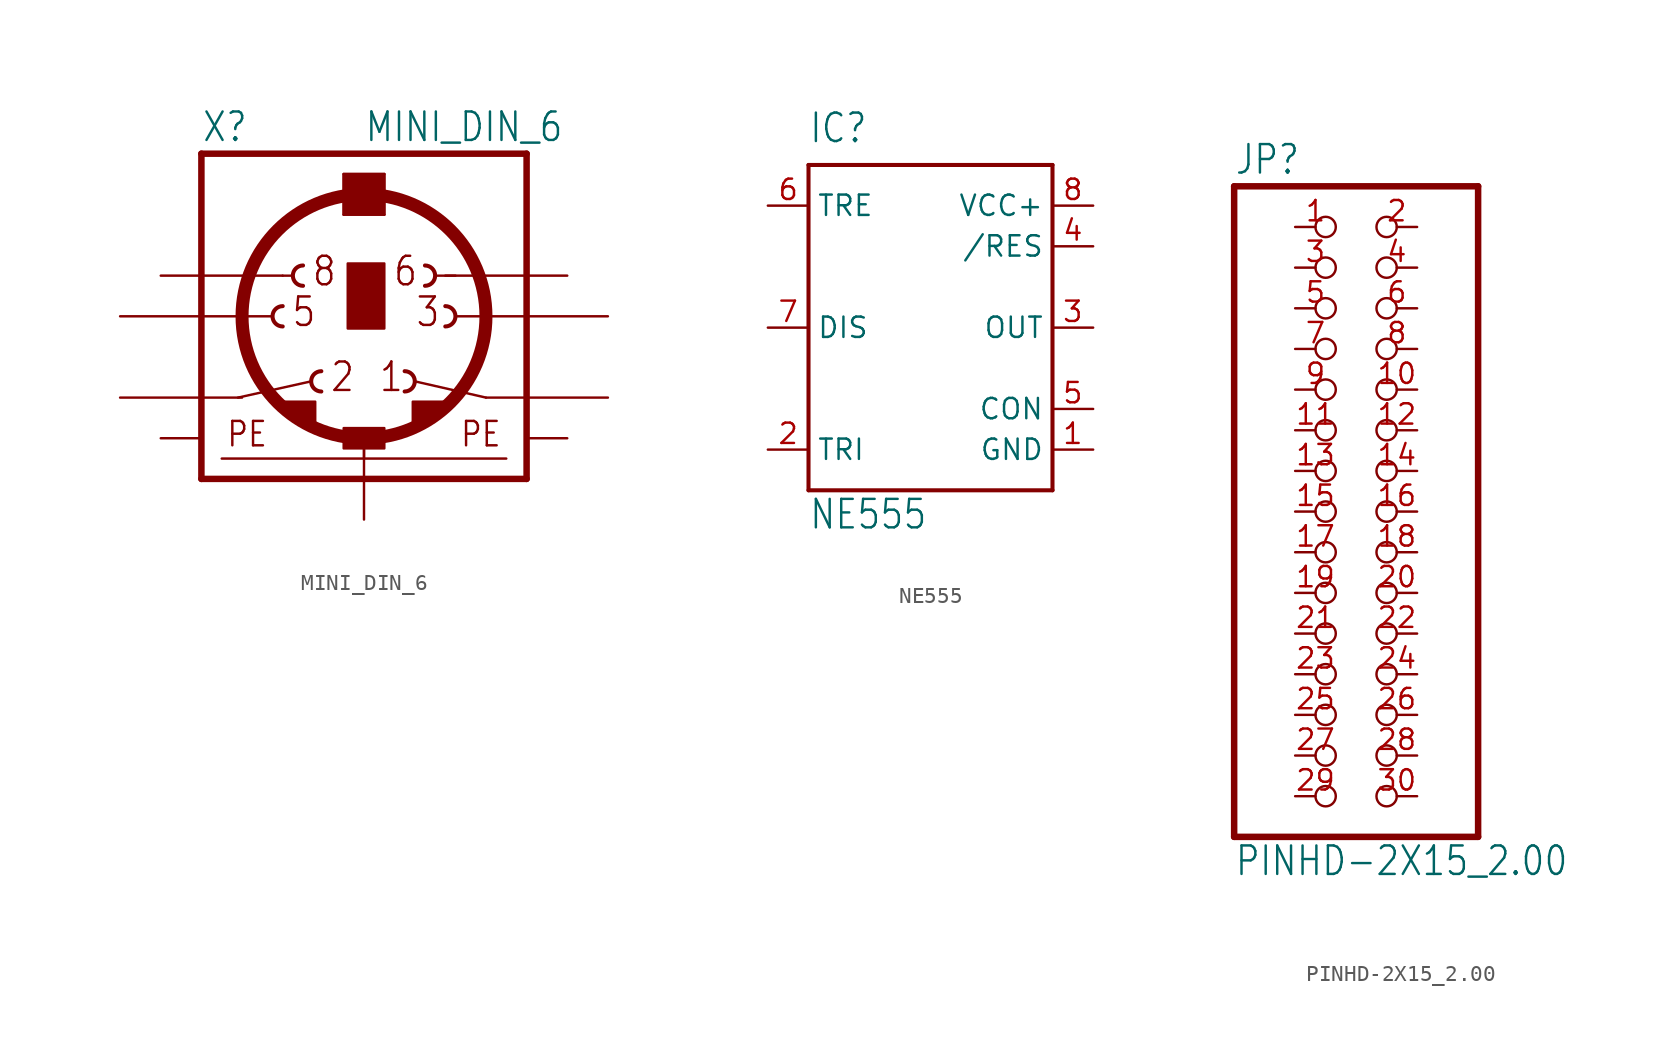
<source format=kicad_sym>
(kicad_symbol_lib
  (version 20211014)
  (generator kicad_symbol_editor)
  (symbol "MINI_DIN_6"
    (property "Reference" "X"
      (at -10.16 13.335 0)
      (effects (font (size 1.778 1.511)) (justify left bottom)))
    (property "Value" "MINI_DIN_6"
      (at 0 13.335 0)
      (effects (font (size 1.778 1.511)) (justify left bottom)))
    (property "ki_locked" ""
      (at 0 0 0)
      (effects (font (size 1.27 1.27))))
    (symbol "MINI_DIN_6_1_0"
      (arc (start -5.08 3.175) (mid -5.715 2.54) (end -5.08 1.905) (stroke (width 0.254) (type default) (color 0 0 0 0)) (fill (type none)))
      (arc (start -3.81 5.715) (mid -4.445 5.08) (end -3.81 4.445) (stroke (width 0.254) (type default) (color 0 0 0 0)) (fill (type none)))
      (arc (start -2.667 -0.889) (mid -3.302 -1.524) (end -2.667 -2.159) (stroke (width 0.254) (type default) (color 0 0 0 0)) (fill (type none)))
      (rectangle (start -1.27 -5.715) (end 1.27 -4.445) (stroke (width 0) (type default) (color 0 0 0 0)) (fill (type outline)))
      (rectangle (start -1.27 8.89) (end 1.27 11.43) (stroke (width 0) (type default) (color 0 0 0 0)) (fill (type outline)))
      (rectangle (start -1.016 1.778) (end 1.27 5.842) (stroke (width 0) (type default) (color 0 0 0 0)) (fill (type outline)))
      (polyline (pts (xy -10.16 -7.62) (xy -10.16 12.7)) (stroke (width 0.406) (type default) (color 0 0 0 0)) (fill (type none)))
      (polyline (pts (xy -10.16 -7.62) (xy 10.16 -7.62)) (stroke (width 0.406) (type default) (color 0 0 0 0)) (fill (type none)))
      (polyline (pts (xy -8.89 -6.35) (xy 0 -6.35)) (stroke (width 0.152) (type default) (color 0 0 0 0)) (fill (type none)))
      (polyline (pts (xy -7.874 -2.54) (xy -3.302 -1.524)) (stroke (width 0.152) (type default) (color 0 0 0 0)) (fill (type none)))
      (polyline (pts (xy -7.62 2.54) (xy -5.715 2.54)) (stroke (width 0.152) (type default) (color 0 0 0 0)) (fill (type none)))
      (polyline (pts (xy -5.08 5.08) (xy -4.445 5.08)) (stroke (width 0.152) (type default) (color 0 0 0 0)) (fill (type none)))
      (polyline (pts (xy -1.27 8.89) (xy -1.27 11.43)) (stroke (width 0.152) (type default) (color 0 0 0 0)) (fill (type none)))
      (polyline (pts (xy -1.27 8.89) (xy 1.27 8.89)) (stroke (width 0.152) (type default) (color 0 0 0 0)) (fill (type none)))
      (polyline (pts (xy -1.27 11.43) (xy 1.27 11.43)) (stroke (width 0.152) (type default) (color 0 0 0 0)) (fill (type none)))
      (polyline (pts (xy 0 -6.35) (xy 0 -5.08)) (stroke (width 0.152) (type default) (color 0 0 0 0)) (fill (type none)))
      (polyline (pts (xy 0 -6.35) (xy 8.89 -6.35)) (stroke (width 0.152) (type default) (color 0 0 0 0)) (fill (type none)))
      (polyline (pts (xy 1.27 11.43) (xy 1.27 8.89)) (stroke (width 0.152) (type default) (color 0 0 0 0)) (fill (type none)))
      (polyline (pts (xy 3.175 -1.524) (xy 7.62 -2.54)) (stroke (width 0.152) (type default) (color 0 0 0 0)) (fill (type none)))
      (polyline (pts (xy 4.445 5.08) (xy 5.715 5.08)) (stroke (width 0.152) (type default) (color 0 0 0 0)) (fill (type none)))
      (polyline (pts (xy 5.715 2.54) (xy 7.62 2.54)) (stroke (width 0.152) (type default) (color 0 0 0 0)) (fill (type none)))
      (polyline (pts (xy 10.16 12.7) (xy -10.16 12.7)) (stroke (width 0.406) (type default) (color 0 0 0 0)) (fill (type none)))
      (polyline (pts (xy 10.16 12.7) (xy 10.16 -7.62)) (stroke (width 0.406) (type default) (color 0 0 0 0)) (fill (type none)))
      (polyline (pts (xy -3.048 -4.318) (xy -3.048 -2.794) (xy -5.588 -2.794)) (stroke (width 0) (type default) (color 0 0 0 0)) (fill (type outline)))
      (polyline (pts (xy 3.048 -4.318) (xy 3.048 -2.794) (xy 5.588 -2.794)) (stroke (width 0) (type default) (color 0 0 0 0)) (fill (type outline)))
      (circle (center 0 2.54) (radius 7.62) (stroke (width 0.813) (type default) (color 0 0 0 0)) (fill (type none)))
      (arc (start 2.54 -2.159) (mid 3.175 -1.524) (end 2.54 -0.889) (stroke (width 0.254) (type default) (color 0 0 0 0)) (fill (type none)))
      (arc (start 3.81 4.445) (mid 4.445 5.08) (end 3.81 5.715) (stroke (width 0.254) (type default) (color 0 0 0 0)) (fill (type none)))
      (arc (start 5.08 1.905) (mid 5.715 2.54) (end 5.08 3.175) (stroke (width 0.254) (type default) (color 0 0 0 0)) (fill (type none)))
      (text "1" (at 0.889 -2.286 0) (effects (font (size 1.778 1.511)) (justify left bottom)))
      (text "2" (at -2.159 -2.286 0) (effects (font (size 1.778 1.511)) (justify left bottom)))
      (text "3" (at 3.175 1.778 0) (effects (font (size 1.778 1.511)) (justify left bottom)))
      (text "5" (at -4.572 1.778 0) (effects (font (size 1.778 1.511)) (justify left bottom)))
      (text "6" (at 1.778 4.318 0) (effects (font (size 1.778 1.511)) (justify left bottom)))
      (text "8" (at -3.302 4.318 0) (effects (font (size 1.778 1.511)) (justify left bottom)))
      (text "PE" (at -8.636 -5.715 0) (effects (font (size 1.524 1.295)) (justify left bottom)))
      (text "PE" (at 5.969 -5.715 0) (effects (font (size 1.524 1.295)) (justify left bottom)))
      (pin passive line (at 15.24 -2.54 180) (length 7.62) (name "1" (effects (font (size 0 0)))) (number "1" (effects (font (size 0 0)))))
      (pin passive line (at -15.24 -2.54 0) (length 7.62) (name "2" (effects (font (size 0 0)))) (number "2" (effects (font (size 0 0)))))
      (pin passive line (at 15.24 2.54 180) (length 7.62) (name "3" (effects (font (size 0 0)))) (number "3" (effects (font (size 0 0)))))
      (pin passive line (at -15.24 2.54 0) (length 7.62) (name "5" (effects (font (size 0 0)))) (number "5" (effects (font (size 0 0)))))
      (pin passive line (at 12.7 5.08 180) (length 7.62) (name "6" (effects (font (size 0 0)))) (number "6" (effects (font (size 0 0)))))
      (pin passive line (at -12.7 5.08 0) (length 7.62) (name "8" (effects (font (size 0 0)))) (number "8" (effects (font (size 0 0)))))
      (pin power_in line (at 12.7 -5.08 180) (length 2.54) (name "PE1" (effects (font (size 0 0)))) (number "SH1" (effects (font (size 0 0)))))
      (pin power_in line (at 0 -10.16 90) (length 5.08) (name "PE2" (effects (font (size 0 0)))) (number "SH2" (effects (font (size 0 0)))))
      (pin power_in line (at -12.7 -5.08 0) (length 2.54) (name "PE3" (effects (font (size 0 0)))) (number "SH3" (effects (font (size 0 0)))))))
  (symbol "NE555"
    (property "Reference" "IC"
      (at -7.62 11.43 0)
      (effects (font (size 1.778 1.511)) (justify left bottom)))
    (property "Value" "NE555"
      (at -7.62 -12.7 0)
      (effects (font (size 1.778 1.511)) (justify left bottom)))
    (property "ki_locked" ""
      (at 0 0 0)
      (effects (font (size 1.27 1.27))))
    (symbol "NE555_1_0"
      (polyline (pts (xy -7.62 -10.16) (xy 7.62 -10.16)) (stroke (width 0.254) (type default) (color 0 0 0 0)) (fill (type none)))
      (polyline (pts (xy -7.62 10.16) (xy -7.62 -10.16)) (stroke (width 0.254) (type default) (color 0 0 0 0)) (fill (type none)))
      (polyline (pts (xy 7.62 -10.16) (xy 7.62 10.16)) (stroke (width 0.254) (type default) (color 0 0 0 0)) (fill (type none)))
      (polyline (pts (xy 7.62 10.16) (xy -7.62 10.16)) (stroke (width 0.254) (type default) (color 0 0 0 0)) (fill (type none)))
      (pin power_in line (at 10.16 -7.62 180) (length 2.54) (name "GND" (effects (font (size 1.27 1.27)))) (number "1" (effects (font (size 1.27 1.27)))))
      (pin input line (at -10.16 -7.62 0) (length 2.54) (name "TRI" (effects (font (size 1.27 1.27)))) (number "2" (effects (font (size 1.27 1.27)))))
      (pin output line (at 10.16 0 180) (length 2.54) (name "OUT" (effects (font (size 1.27 1.27)))) (number "3" (effects (font (size 1.27 1.27)))))
      (pin input line (at 10.16 5.08 180) (length 2.54) (name "/RES" (effects (font (size 1.27 1.27)))) (number "4" (effects (font (size 1.27 1.27)))))
      (pin input line (at 10.16 -5.08 180) (length 2.54) (name "CON" (effects (font (size 1.27 1.27)))) (number "5" (effects (font (size 1.27 1.27)))))
      (pin input line (at -10.16 7.62 0) (length 2.54) (name "TRE" (effects (font (size 1.27 1.27)))) (number "6" (effects (font (size 1.27 1.27)))))
      (pin input line (at -10.16 0 0) (length 2.54) (name "DIS" (effects (font (size 1.27 1.27)))) (number "7" (effects (font (size 1.27 1.27)))))
      (pin power_in line (at 10.16 7.62 180) (length 2.54) (name "VCC+" (effects (font (size 1.27 1.27)))) (number "8" (effects (font (size 1.27 1.27)))))))
  (symbol "PINHD-2X15_2.00"
    (property "Reference" "JP"
      (at -6.35 20.955 0)
      (effects (font (size 1.778 1.511)) (justify left bottom)))
    (property "Value" "PINHD-2X15_2.00"
      (at -6.35 -22.86 0)
      (effects (font (size 1.778 1.511)) (justify left bottom)))
    (property "ki_locked" ""
      (at 0 0 0)
      (effects (font (size 1.27 1.27))))
    (symbol "PINHD-2X15_2.00_1_0"
      (polyline (pts (xy -6.35 -20.32) (xy 8.89 -20.32)) (stroke (width 0.406) (type default) (color 0 0 0 0)) (fill (type none)))
      (polyline (pts (xy -6.35 20.32) (xy -6.35 -20.32)) (stroke (width 0.406) (type default) (color 0 0 0 0)) (fill (type none)))
      (polyline (pts (xy 8.89 -20.32) (xy 8.89 20.32)) (stroke (width 0.406) (type default) (color 0 0 0 0)) (fill (type none)))
      (polyline (pts (xy 8.89 20.32) (xy -6.35 20.32)) (stroke (width 0.406) (type default) (color 0 0 0 0)) (fill (type none)))
      (pin passive inverted (at -2.54 17.78 0) (length 2.54) (name "1" (effects (font (size 0 0)))) (number "1" (effects (font (size 1.27 1.27)))))
      (pin passive inverted (at 5.08 7.62 180) (length 2.54) (name "10" (effects (font (size 0 0)))) (number "10" (effects (font (size 1.27 1.27)))))
      (pin passive inverted (at -2.54 5.08 0) (length 2.54) (name "11" (effects (font (size 0 0)))) (number "11" (effects (font (size 1.27 1.27)))))
      (pin passive inverted (at 5.08 5.08 180) (length 2.54) (name "12" (effects (font (size 0 0)))) (number "12" (effects (font (size 1.27 1.27)))))
      (pin passive inverted (at -2.54 2.54 0) (length 2.54) (name "13" (effects (font (size 0 0)))) (number "13" (effects (font (size 1.27 1.27)))))
      (pin passive inverted (at 5.08 2.54 180) (length 2.54) (name "14" (effects (font (size 0 0)))) (number "14" (effects (font (size 1.27 1.27)))))
      (pin passive inverted (at -2.54 0 0) (length 2.54) (name "15" (effects (font (size 0 0)))) (number "15" (effects (font (size 1.27 1.27)))))
      (pin passive inverted (at 5.08 0 180) (length 2.54) (name "16" (effects (font (size 0 0)))) (number "16" (effects (font (size 1.27 1.27)))))
      (pin passive inverted (at -2.54 -2.54 0) (length 2.54) (name "17" (effects (font (size 0 0)))) (number "17" (effects (font (size 1.27 1.27)))))
      (pin passive inverted (at 5.08 -2.54 180) (length 2.54) (name "18" (effects (font (size 0 0)))) (number "18" (effects (font (size 1.27 1.27)))))
      (pin passive inverted (at -2.54 -5.08 0) (length 2.54) (name "19" (effects (font (size 0 0)))) (number "19" (effects (font (size 1.27 1.27)))))
      (pin passive inverted (at 5.08 17.78 180) (length 2.54) (name "2" (effects (font (size 0 0)))) (number "2" (effects (font (size 1.27 1.27)))))
      (pin passive inverted (at 5.08 -5.08 180) (length 2.54) (name "20" (effects (font (size 0 0)))) (number "20" (effects (font (size 1.27 1.27)))))
      (pin passive inverted (at -2.54 -7.62 0) (length 2.54) (name "21" (effects (font (size 0 0)))) (number "21" (effects (font (size 1.27 1.27)))))
      (pin passive inverted (at 5.08 -7.62 180) (length 2.54) (name "22" (effects (font (size 0 0)))) (number "22" (effects (font (size 1.27 1.27)))))
      (pin passive inverted (at -2.54 -10.16 0) (length 2.54) (name "23" (effects (font (size 0 0)))) (number "23" (effects (font (size 1.27 1.27)))))
      (pin passive inverted (at 5.08 -10.16 180) (length 2.54) (name "24" (effects (font (size 0 0)))) (number "24" (effects (font (size 1.27 1.27)))))
      (pin passive inverted (at -2.54 -12.7 0) (length 2.54) (name "25" (effects (font (size 0 0)))) (number "25" (effects (font (size 1.27 1.27)))))
      (pin passive inverted (at 5.08 -12.7 180) (length 2.54) (name "26" (effects (font (size 0 0)))) (number "26" (effects (font (size 1.27 1.27)))))
      (pin passive inverted (at -2.54 -15.24 0) (length 2.54) (name "27" (effects (font (size 0 0)))) (number "27" (effects (font (size 1.27 1.27)))))
      (pin passive inverted (at 5.08 -15.24 180) (length 2.54) (name "28" (effects (font (size 0 0)))) (number "28" (effects (font (size 1.27 1.27)))))
      (pin passive inverted (at -2.54 -17.78 0) (length 2.54) (name "29" (effects (font (size 0 0)))) (number "29" (effects (font (size 1.27 1.27)))))
      (pin passive inverted (at -2.54 15.24 0) (length 2.54) (name "3" (effects (font (size 0 0)))) (number "3" (effects (font (size 1.27 1.27)))))
      (pin passive inverted (at 5.08 -17.78 180) (length 2.54) (name "30" (effects (font (size 0 0)))) (number "30" (effects (font (size 1.27 1.27)))))
      (pin passive inverted (at 5.08 15.24 180) (length 2.54) (name "4" (effects (font (size 0 0)))) (number "4" (effects (font (size 1.27 1.27)))))
      (pin passive inverted (at -2.54 12.7 0) (length 2.54) (name "5" (effects (font (size 0 0)))) (number "5" (effects (font (size 1.27 1.27)))))
      (pin passive inverted (at 5.08 12.7 180) (length 2.54) (name "6" (effects (font (size 0 0)))) (number "6" (effects (font (size 1.27 1.27)))))
      (pin passive inverted (at -2.54 10.16 0) (length 2.54) (name "7" (effects (font (size 0 0)))) (number "7" (effects (font (size 1.27 1.27)))))
      (pin passive inverted (at 5.08 10.16 180) (length 2.54) (name "8" (effects (font (size 0 0)))) (number "8" (effects (font (size 1.27 1.27)))))
      (pin passive inverted (at -2.54 7.62 0) (length 2.54) (name "9" (effects (font (size 0 0)))) (number "9" (effects (font (size 1.27 1.27))))))))
</source>
